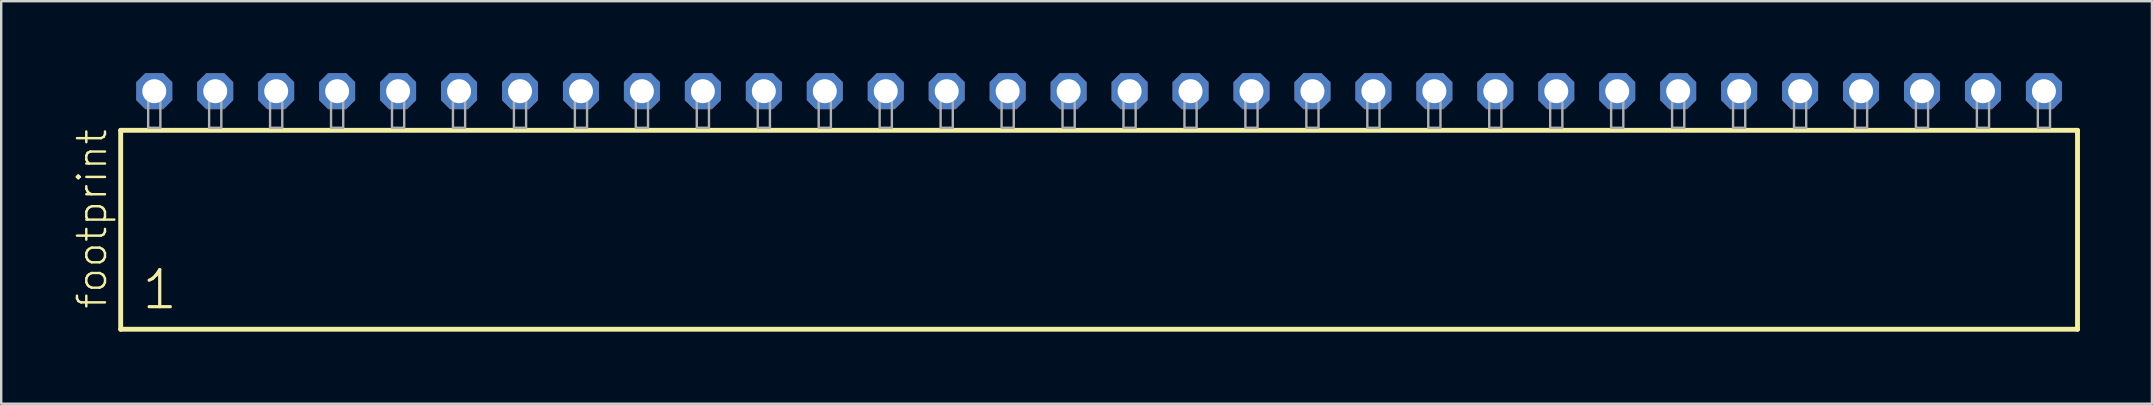
<source format=kicad_pcb>
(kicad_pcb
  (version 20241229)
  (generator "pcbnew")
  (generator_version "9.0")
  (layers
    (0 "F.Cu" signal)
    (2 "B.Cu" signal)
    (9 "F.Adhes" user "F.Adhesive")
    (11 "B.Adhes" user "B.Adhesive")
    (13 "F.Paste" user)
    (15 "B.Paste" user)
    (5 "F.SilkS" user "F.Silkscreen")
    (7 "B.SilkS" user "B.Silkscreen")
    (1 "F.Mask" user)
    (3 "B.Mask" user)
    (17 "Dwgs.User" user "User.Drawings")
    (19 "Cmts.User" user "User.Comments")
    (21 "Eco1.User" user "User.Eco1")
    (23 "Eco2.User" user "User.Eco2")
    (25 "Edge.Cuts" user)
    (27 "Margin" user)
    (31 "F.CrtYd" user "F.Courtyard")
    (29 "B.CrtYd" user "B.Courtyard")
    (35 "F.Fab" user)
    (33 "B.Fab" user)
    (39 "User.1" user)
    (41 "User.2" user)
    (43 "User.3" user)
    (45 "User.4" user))
  (footprint "footprint"
    (layer "F.Cu")
    (at 42.748 2.274)
    (property "Reference" "footprint" (at -41.275 7.62 90) (layer "F.SilkS") (effects (font (size 1.168 1.168) (thickness 0.102)) (justify left bottom)))
    (fp_line (start -40.769 0.106) (end -40.769 8.396) (stroke (width 0.203) (type solid)) (layer "F.SilkS"))
    (fp_line (start -40.769 8.396) (end 40.769 8.396) (stroke (width 0.203) (type solid)) (layer "F.SilkS"))
    (fp_line (start 40.769 0.106) (end -40.769 0.106) (stroke (width 0.203) (type solid)) (layer "F.SilkS"))
    (fp_line (start 40.769 8.396) (end 40.769 0.106) (stroke (width 0.203) (type solid)) (layer "F.SilkS"))
    (fp_poly (pts (xy -39.624 0) (xy -39.116 0) (xy -39.116 -1.778) (xy -39.624 -1.778)) (stroke (width 0.1) (type solid)) (fill no) (layer "F.Fab"))
    (fp_poly (pts (xy -37.084 0) (xy -36.576 0) (xy -36.576 -1.778) (xy -37.084 -1.778)) (stroke (width 0.1) (type solid)) (fill no) (layer "F.Fab"))
    (fp_poly (pts (xy -34.544 0) (xy -34.036 0) (xy -34.036 -1.778) (xy -34.544 -1.778)) (stroke (width 0.1) (type solid)) (fill no) (layer "F.Fab"))
    (fp_poly (pts (xy -32.004 0) (xy -31.496 0) (xy -31.496 -1.778) (xy -32.004 -1.778)) (stroke (width 0.1) (type solid)) (fill no) (layer "F.Fab"))
    (fp_poly (pts (xy -29.464 0) (xy -28.956 0) (xy -28.956 -1.778) (xy -29.464 -1.778)) (stroke (width 0.1) (type solid)) (fill no) (layer "F.Fab"))
    (fp_poly (pts (xy -26.924 0) (xy -26.416 0) (xy -26.416 -1.778) (xy -26.924 -1.778)) (stroke (width 0.1) (type solid)) (fill no) (layer "F.Fab"))
    (fp_poly (pts (xy -24.384 0) (xy -23.876 0) (xy -23.876 -1.778) (xy -24.384 -1.778)) (stroke (width 0.1) (type solid)) (fill no) (layer "F.Fab"))
    (fp_poly (pts (xy -21.844 0) (xy -21.336 0) (xy -21.336 -1.778) (xy -21.844 -1.778)) (stroke (width 0.1) (type solid)) (fill no) (layer "F.Fab"))
    (fp_poly (pts (xy -19.304 0) (xy -18.796 0) (xy -18.796 -1.778) (xy -19.304 -1.778)) (stroke (width 0.1) (type solid)) (fill no) (layer "F.Fab"))
    (fp_poly (pts (xy -16.764 0) (xy -16.256 0) (xy -16.256 -1.778) (xy -16.764 -1.778)) (stroke (width 0.1) (type solid)) (fill no) (layer "F.Fab"))
    (fp_poly (pts (xy -14.224 0) (xy -13.716 0) (xy -13.716 -1.778) (xy -14.224 -1.778)) (stroke (width 0.1) (type solid)) (fill no) (layer "F.Fab"))
    (fp_poly (pts (xy -11.684 0) (xy -11.176 0) (xy -11.176 -1.778) (xy -11.684 -1.778)) (stroke (width 0.1) (type solid)) (fill no) (layer "F.Fab"))
    (fp_poly (pts (xy -9.144 0) (xy -8.636 0) (xy -8.636 -1.778) (xy -9.144 -1.778)) (stroke (width 0.1) (type solid)) (fill no) (layer "F.Fab"))
    (fp_poly (pts (xy -6.604 0) (xy -6.096 0) (xy -6.096 -1.778) (xy -6.604 -1.778)) (stroke (width 0.1) (type solid)) (fill no) (layer "F.Fab"))
    (fp_poly (pts (xy -4.064 0) (xy -3.556 0) (xy -3.556 -1.778) (xy -4.064 -1.778)) (stroke (width 0.1) (type solid)) (fill no) (layer "F.Fab"))
    (fp_poly (pts (xy -1.524 0) (xy -1.016 0) (xy -1.016 -1.778) (xy -1.524 -1.778)) (stroke (width 0.1) (type solid)) (fill no) (layer "F.Fab"))
    (fp_poly (pts (xy 1.016 0) (xy 1.524 0) (xy 1.524 -1.778) (xy 1.016 -1.778)) (stroke (width 0.1) (type solid)) (fill no) (layer "F.Fab"))
    (fp_poly (pts (xy 3.556 0) (xy 4.064 0) (xy 4.064 -1.778) (xy 3.556 -1.778)) (stroke (width 0.1) (type solid)) (fill no) (layer "F.Fab"))
    (fp_poly (pts (xy 6.096 0) (xy 6.604 0) (xy 6.604 -1.778) (xy 6.096 -1.778)) (stroke (width 0.1) (type solid)) (fill no) (layer "F.Fab"))
    (fp_poly (pts (xy 8.636 0) (xy 9.144 0) (xy 9.144 -1.778) (xy 8.636 -1.778)) (stroke (width 0.1) (type solid)) (fill no) (layer "F.Fab"))
    (fp_poly (pts (xy 11.176 0) (xy 11.684 0) (xy 11.684 -1.778) (xy 11.176 -1.778)) (stroke (width 0.1) (type solid)) (fill no) (layer "F.Fab"))
    (fp_poly (pts (xy 13.716 0) (xy 14.224 0) (xy 14.224 -1.778) (xy 13.716 -1.778)) (stroke (width 0.1) (type solid)) (fill no) (layer "F.Fab"))
    (fp_poly (pts (xy 16.256 0) (xy 16.764 0) (xy 16.764 -1.778) (xy 16.256 -1.778)) (stroke (width 0.1) (type solid)) (fill no) (layer "F.Fab"))
    (fp_poly (pts (xy 18.796 0) (xy 19.304 0) (xy 19.304 -1.778) (xy 18.796 -1.778)) (stroke (width 0.1) (type solid)) (fill no) (layer "F.Fab"))
    (fp_poly (pts (xy 21.336 0) (xy 21.844 0) (xy 21.844 -1.778) (xy 21.336 -1.778)) (stroke (width 0.1) (type solid)) (fill no) (layer "F.Fab"))
    (fp_poly (pts (xy 23.876 0) (xy 24.384 0) (xy 24.384 -1.778) (xy 23.876 -1.778)) (stroke (width 0.1) (type solid)) (fill no) (layer "F.Fab"))
    (fp_poly (pts (xy 26.416 0) (xy 26.924 0) (xy 26.924 -1.778) (xy 26.416 -1.778)) (stroke (width 0.1) (type solid)) (fill no) (layer "F.Fab"))
    (fp_poly (pts (xy 28.956 0) (xy 29.464 0) (xy 29.464 -1.778) (xy 28.956 -1.778)) (stroke (width 0.1) (type solid)) (fill no) (layer "F.Fab"))
    (fp_poly (pts (xy 31.496 0) (xy 32.004 0) (xy 32.004 -1.778) (xy 31.496 -1.778)) (stroke (width 0.1) (type solid)) (fill no) (layer "F.Fab"))
    (fp_poly (pts (xy 34.036 0) (xy 34.544 0) (xy 34.544 -1.778) (xy 34.036 -1.778)) (stroke (width 0.1) (type solid)) (fill no) (layer "F.Fab"))
    (fp_poly (pts (xy 36.576 0) (xy 37.084 0) (xy 37.084 -1.778) (xy 36.576 -1.778)) (stroke (width 0.1) (type solid)) (fill no) (layer "F.Fab"))
    (fp_poly (pts (xy 39.116 0) (xy 39.624 0) (xy 39.624 -1.778) (xy 39.116 -1.778)) (stroke (width 0.1) (type solid)) (fill no) (layer "F.Fab"))
    (fp_text user "1" (at -39.965 7.65 0) (layer "F.SilkS") (effects (font (size 1.542 1.542) (thickness 0.134)) (justify left bottom)))
    (pad "1" thru_hole roundrect (at -39.37 -1.524) (size 1.5 1.5) (drill 1) (layers "*.Cu" "*.Mask") (roundrect_rratio 0.25) (chamfer_ratio 0.25) (chamfer top_left top_right bottom_left bottom_right))
    (pad "2" thru_hole roundrect (at -36.83 -1.524) (size 1.5 1.5) (drill 1) (layers "*.Cu" "*.Mask") (roundrect_rratio 0.25) (chamfer_ratio 0.25) (chamfer top_left top_right bottom_left bottom_right))
    (pad "3" thru_hole roundrect (at -34.29 -1.524) (size 1.5 1.5) (drill 1) (layers "*.Cu" "*.Mask") (roundrect_rratio 0.25) (chamfer_ratio 0.25) (chamfer top_left top_right bottom_left bottom_right))
    (pad "4" thru_hole roundrect (at -31.75 -1.524) (size 1.5 1.5) (drill 1) (layers "*.Cu" "*.Mask") (roundrect_rratio 0.25) (chamfer_ratio 0.25) (chamfer top_left top_right bottom_left bottom_right))
    (pad "5" thru_hole roundrect (at -29.21 -1.524) (size 1.5 1.5) (drill 1) (layers "*.Cu" "*.Mask") (roundrect_rratio 0.25) (chamfer_ratio 0.25) (chamfer top_left top_right bottom_left bottom_right))
    (pad "6" thru_hole roundrect (at -26.67 -1.524) (size 1.5 1.5) (drill 1) (layers "*.Cu" "*.Mask") (roundrect_rratio 0.25) (chamfer_ratio 0.25) (chamfer top_left top_right bottom_left bottom_right))
    (pad "7" thru_hole roundrect (at -24.13 -1.524) (size 1.5 1.5) (drill 1) (layers "*.Cu" "*.Mask") (roundrect_rratio 0.25) (chamfer_ratio 0.25) (chamfer top_left top_right bottom_left bottom_right))
    (pad "8" thru_hole roundrect (at -21.59 -1.524) (size 1.5 1.5) (drill 1) (layers "*.Cu" "*.Mask") (roundrect_rratio 0.25) (chamfer_ratio 0.25) (chamfer top_left top_right bottom_left bottom_right))
    (pad "9" thru_hole roundrect (at -19.05 -1.524) (size 1.5 1.5) (drill 1) (layers "*.Cu" "*.Mask") (roundrect_rratio 0.25) (chamfer_ratio 0.25) (chamfer top_left top_right bottom_left bottom_right))
    (pad "10" thru_hole roundrect (at -16.51 -1.524) (size 1.5 1.5) (drill 1) (layers "*.Cu" "*.Mask") (roundrect_rratio 0.25) (chamfer_ratio 0.25) (chamfer top_left top_right bottom_left bottom_right))
    (pad "11" thru_hole roundrect (at -13.97 -1.524) (size 1.5 1.5) (drill 1) (layers "*.Cu" "*.Mask") (roundrect_rratio 0.25) (chamfer_ratio 0.25) (chamfer top_left top_right bottom_left bottom_right))
    (pad "12" thru_hole roundrect (at -11.43 -1.524) (size 1.5 1.5) (drill 1) (layers "*.Cu" "*.Mask") (roundrect_rratio 0.25) (chamfer_ratio 0.25) (chamfer top_left top_right bottom_left bottom_right))
    (pad "13" thru_hole roundrect (at -8.89 -1.524) (size 1.5 1.5) (drill 1) (layers "*.Cu" "*.Mask") (roundrect_rratio 0.25) (chamfer_ratio 0.25) (chamfer top_left top_right bottom_left bottom_right))
    (pad "14" thru_hole roundrect (at -6.35 -1.524) (size 1.5 1.5) (drill 1) (layers "*.Cu" "*.Mask") (roundrect_rratio 0.25) (chamfer_ratio 0.25) (chamfer top_left top_right bottom_left bottom_right))
    (pad "15" thru_hole roundrect (at -3.81 -1.524) (size 1.5 1.5) (drill 1) (layers "*.Cu" "*.Mask") (roundrect_rratio 0.25) (chamfer_ratio 0.25) (chamfer top_left top_right bottom_left bottom_right))
    (pad "16" thru_hole roundrect (at -1.27 -1.524) (size 1.5 1.5) (drill 1) (layers "*.Cu" "*.Mask") (roundrect_rratio 0.25) (chamfer_ratio 0.25) (chamfer top_left top_right bottom_left bottom_right))
    (pad "17" thru_hole roundrect (at 1.27 -1.524) (size 1.5 1.5) (drill 1) (layers "*.Cu" "*.Mask") (roundrect_rratio 0.25) (chamfer_ratio 0.25) (chamfer top_left top_right bottom_left bottom_right))
    (pad "18" thru_hole roundrect (at 3.81 -1.524) (size 1.5 1.5) (drill 1) (layers "*.Cu" "*.Mask") (roundrect_rratio 0.25) (chamfer_ratio 0.25) (chamfer top_left top_right bottom_left bottom_right))
    (pad "19" thru_hole roundrect (at 6.35 -1.524) (size 1.5 1.5) (drill 1) (layers "*.Cu" "*.Mask") (roundrect_rratio 0.25) (chamfer_ratio 0.25) (chamfer top_left top_right bottom_left bottom_right))
    (pad "20" thru_hole roundrect (at 8.89 -1.524) (size 1.5 1.5) (drill 1) (layers "*.Cu" "*.Mask") (roundrect_rratio 0.25) (chamfer_ratio 0.25) (chamfer top_left top_right bottom_left bottom_right))
    (pad "21" thru_hole roundrect (at 11.43 -1.524) (size 1.5 1.5) (drill 1) (layers "*.Cu" "*.Mask") (roundrect_rratio 0.25) (chamfer_ratio 0.25) (chamfer top_left top_right bottom_left bottom_right))
    (pad "22" thru_hole roundrect (at 13.97 -1.524) (size 1.5 1.5) (drill 1) (layers "*.Cu" "*.Mask") (roundrect_rratio 0.25) (chamfer_ratio 0.25) (chamfer top_left top_right bottom_left bottom_right))
    (pad "23" thru_hole roundrect (at 16.51 -1.524) (size 1.5 1.5) (drill 1) (layers "*.Cu" "*.Mask") (roundrect_rratio 0.25) (chamfer_ratio 0.25) (chamfer top_left top_right bottom_left bottom_right))
    (pad "24" thru_hole roundrect (at 19.05 -1.524) (size 1.5 1.5) (drill 1) (layers "*.Cu" "*.Mask") (roundrect_rratio 0.25) (chamfer_ratio 0.25) (chamfer top_left top_right bottom_left bottom_right))
    (pad "25" thru_hole roundrect (at 21.59 -1.524) (size 1.5 1.5) (drill 1) (layers "*.Cu" "*.Mask") (roundrect_rratio 0.25) (chamfer_ratio 0.25) (chamfer top_left top_right bottom_left bottom_right))
    (pad "26" thru_hole roundrect (at 24.13 -1.524) (size 1.5 1.5) (drill 1) (layers "*.Cu" "*.Mask") (roundrect_rratio 0.25) (chamfer_ratio 0.25) (chamfer top_left top_right bottom_left bottom_right))
    (pad "27" thru_hole roundrect (at 26.67 -1.524) (size 1.5 1.5) (drill 1) (layers "*.Cu" "*.Mask") (roundrect_rratio 0.25) (chamfer_ratio 0.25) (chamfer top_left top_right bottom_left bottom_right))
    (pad "28" thru_hole roundrect (at 29.21 -1.524) (size 1.5 1.5) (drill 1) (layers "*.Cu" "*.Mask") (roundrect_rratio 0.25) (chamfer_ratio 0.25) (chamfer top_left top_right bottom_left bottom_right))
    (pad "29" thru_hole roundrect (at 31.75 -1.524) (size 1.5 1.5) (drill 1) (layers "*.Cu" "*.Mask") (roundrect_rratio 0.25) (chamfer_ratio 0.25) (chamfer top_left top_right bottom_left bottom_right))
    (pad "30" thru_hole roundrect (at 34.29 -1.524) (size 1.5 1.5) (drill 1) (layers "*.Cu" "*.Mask") (roundrect_rratio 0.25) (chamfer_ratio 0.25) (chamfer top_left top_right bottom_left bottom_right))
    (pad "31" thru_hole roundrect (at 36.83 -1.524) (size 1.5 1.5) (drill 1) (layers "*.Cu" "*.Mask") (roundrect_rratio 0.25) (chamfer_ratio 0.25) (chamfer top_left top_right bottom_left bottom_right))
    (pad "32" thru_hole roundrect (at 39.37 -1.524) (size 1.5 1.5) (drill 1) (layers "*.Cu" "*.Mask") (roundrect_rratio 0.25) (chamfer_ratio 0.25) (chamfer top_left top_right bottom_left bottom_right)))
  (gr_rect
    (start -3 -3)
    (end 86.619 13.772)
    (stroke (width 0.1) (type default))
    (fill no)
    (layer "Edge.Cuts")))
</source>
